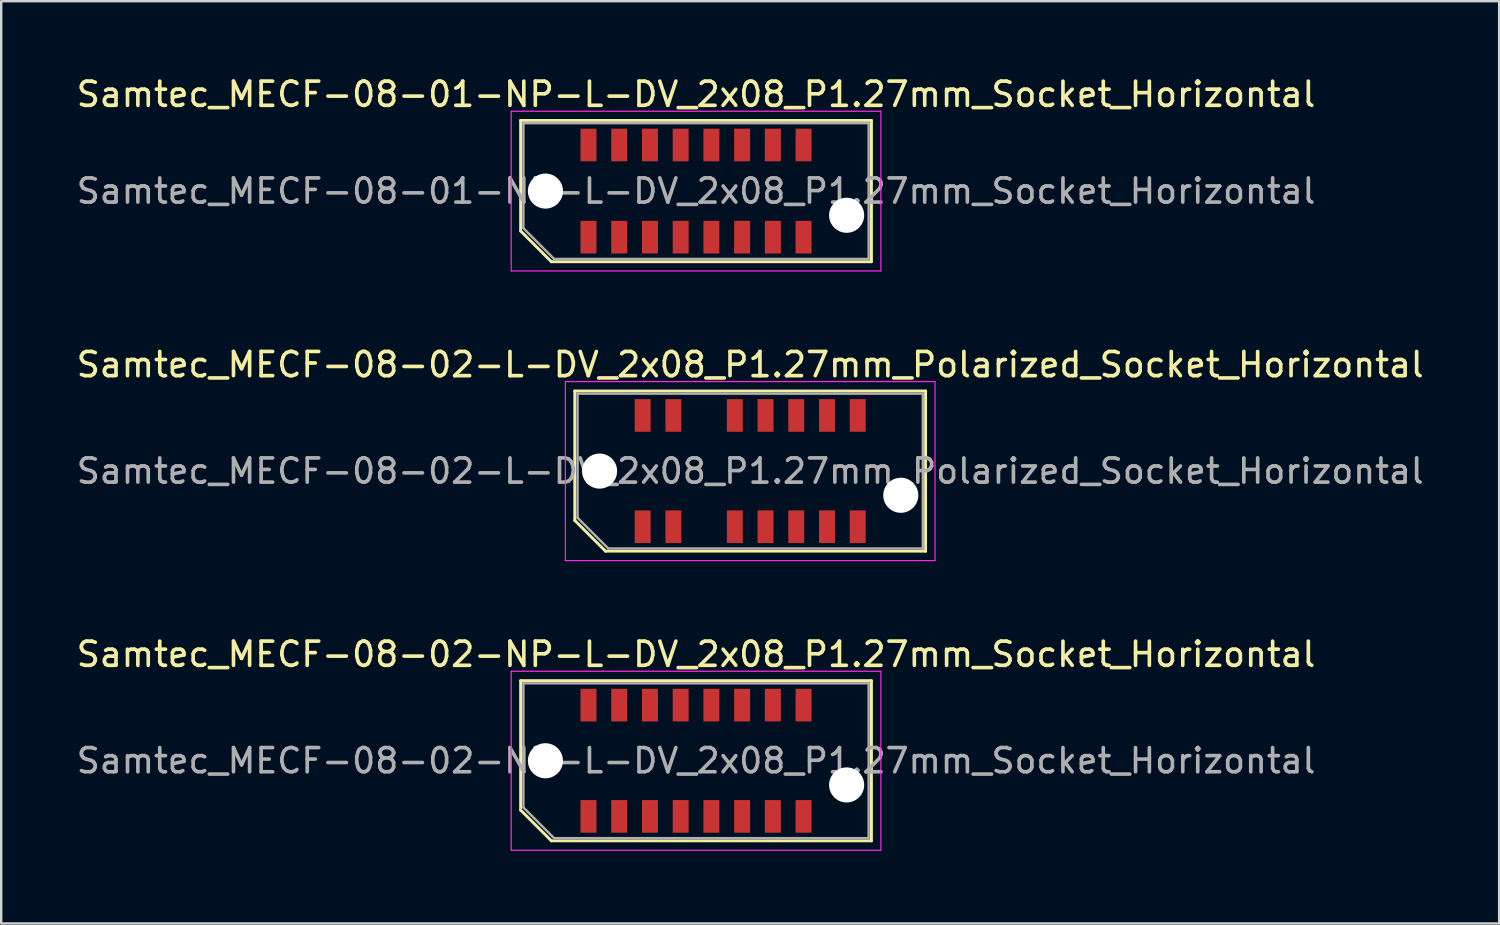
<source format=kicad_pcb>
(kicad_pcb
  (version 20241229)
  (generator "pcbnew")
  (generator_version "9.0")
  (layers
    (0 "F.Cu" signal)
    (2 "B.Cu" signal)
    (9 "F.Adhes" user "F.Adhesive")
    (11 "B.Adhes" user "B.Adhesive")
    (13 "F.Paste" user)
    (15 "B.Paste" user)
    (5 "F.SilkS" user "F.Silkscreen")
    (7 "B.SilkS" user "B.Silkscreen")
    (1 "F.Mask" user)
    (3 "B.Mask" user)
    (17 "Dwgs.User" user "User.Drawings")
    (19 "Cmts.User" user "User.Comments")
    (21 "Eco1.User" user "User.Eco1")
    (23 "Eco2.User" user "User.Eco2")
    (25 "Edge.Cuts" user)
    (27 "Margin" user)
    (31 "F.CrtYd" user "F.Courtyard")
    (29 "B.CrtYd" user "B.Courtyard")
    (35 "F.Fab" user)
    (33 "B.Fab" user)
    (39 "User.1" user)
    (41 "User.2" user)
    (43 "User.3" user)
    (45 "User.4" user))
  (footprint "Samtec_MECF-08-02-L-DV_2x08_P1.27mm_Polarized_Socket_Horizontal"
    (layer "F.Cu")
    (at 27.958 16.422)
    (property "Reference" "Samtec_MECF-08-02-L-DV_2x08_P1.27mm_Polarized_Socket_Horizontal" (at 0 -4.4 0) (layer "F.SilkS") (effects (font (size 1 1) (thickness 0.15))))
    (attr smd)
    (fp_line (start -7.25 -3.31) (end 7.25 -3.31) (stroke (width 0.12) (type solid)) (layer "F.SilkS"))
    (fp_line (start -7.25 2.04) (end -7.25 -3.31) (stroke (width 0.12) (type solid)) (layer "F.SilkS"))
    (fp_line (start -5.98 3.31) (end -7.25 2.04) (stroke (width 0.12) (type solid)) (layer "F.SilkS"))
    (fp_line (start -5.98 3.31) (end 7.25 3.31) (stroke (width 0.12) (type solid)) (layer "F.SilkS"))
    (fp_line (start 7.25 3.31) (end 7.25 -3.31) (stroke (width 0.12) (type solid)) (layer "F.SilkS"))
    (fp_line (start -7.64 -3.7) (end -7.64 3.7) (stroke (width 0.05) (type solid)) (layer "F.CrtYd"))
    (fp_line (start -7.64 3.7) (end 7.64 3.7) (stroke (width 0.05) (type solid)) (layer "F.CrtYd"))
    (fp_line (start 7.64 -3.7) (end -7.64 -3.7) (stroke (width 0.05) (type solid)) (layer "F.CrtYd"))
    (fp_line (start 7.64 3.7) (end 7.64 -3.7) (stroke (width 0.05) (type solid)) (layer "F.CrtYd"))
    (fp_line (start -7.135 -3.2) (end 7.135 -3.2) (stroke (width 0.1) (type solid)) (layer "F.Fab"))
    (fp_line (start -7.135 1.93) (end -7.135 -3.2) (stroke (width 0.1) (type solid)) (layer "F.Fab"))
    (fp_line (start -7.135 1.93) (end -5.865 3.2) (stroke (width 0.1) (type solid)) (layer "F.Fab"))
    (fp_line (start -5.865 3.2) (end 7.135 3.2) (stroke (width 0.1) (type solid)) (layer "F.Fab"))
    (fp_line (start 7.135 3.2) (end 7.135 -3.2) (stroke (width 0.1) (type solid)) (layer "F.Fab"))
    (fp_text user "${REFERENCE}" (at 0 0 0) (layer "F.Fab") (effects (font (size 1 1) (thickness 0.15))))
    (pad "" np_thru_hole circle (at -6.225 0) (size 1.45 1.45) (drill 1.45) (layers "*.Cu" "*.Mask"))
    (pad "" np_thru_hole circle (at 6.225 1) (size 1.45 1.45) (drill 1.45) (layers "*.Cu" "*.Mask"))
    (pad "1" smd rect (at -4.445 2.3) (size 0.66 1.35) (layers "F.Cu" "F.Mask" "F.Paste"))
    (pad "2" smd rect (at -4.445 -2.3) (size 0.66 1.35) (layers "F.Cu" "F.Mask" "F.Paste"))
    (pad "3" smd rect (at -3.175 2.3) (size 0.66 1.35) (layers "F.Cu" "F.Mask" "F.Paste"))
    (pad "4" smd rect (at -3.175 -2.3) (size 0.66 1.35) (layers "F.Cu" "F.Mask" "F.Paste"))
    (pad "7" smd rect (at -0.635 2.3) (size 0.66 1.35) (layers "F.Cu" "F.Mask" "F.Paste"))
    (pad "8" smd rect (at -0.635 -2.3) (size 0.66 1.35) (layers "F.Cu" "F.Mask" "F.Paste"))
    (pad "9" smd rect (at 0.635 2.3) (size 0.66 1.35) (layers "F.Cu" "F.Mask" "F.Paste"))
    (pad "10" smd rect (at 0.635 -2.3) (size 0.66 1.35) (layers "F.Cu" "F.Mask" "F.Paste"))
    (pad "11" smd rect (at 1.905 2.3) (size 0.66 1.35) (layers "F.Cu" "F.Mask" "F.Paste"))
    (pad "12" smd rect (at 1.905 -2.3) (size 0.66 1.35) (layers "F.Cu" "F.Mask" "F.Paste"))
    (pad "13" smd rect (at 3.175 2.3) (size 0.66 1.35) (layers "F.Cu" "F.Mask" "F.Paste"))
    (pad "14" smd rect (at 3.175 -2.3) (size 0.66 1.35) (layers "F.Cu" "F.Mask" "F.Paste"))
    (pad "15" smd rect (at 4.445 2.3) (size 0.66 1.35) (layers "F.Cu" "F.Mask" "F.Paste"))
    (pad "16" smd rect (at 4.445 -2.3) (size 0.66 1.35) (layers "F.Cu" "F.Mask" "F.Paste")))
  (footprint "Samtec_MECF-08-02-NP-L-DV_2x08_P1.27mm_Socket_Horizontal"
    (layer "F.Cu")
    (at 25.72 28.395)
    (property "Reference" "Samtec_MECF-08-02-NP-L-DV_2x08_P1.27mm_Socket_Horizontal" (at 0 -4.4 0) (layer "F.SilkS") (effects (font (size 1 1) (thickness 0.15))))
    (attr smd)
    (fp_line (start -7.25 -3.31) (end 7.25 -3.31) (stroke (width 0.12) (type solid)) (layer "F.SilkS"))
    (fp_line (start -7.25 2.04) (end -7.25 -3.31) (stroke (width 0.12) (type solid)) (layer "F.SilkS"))
    (fp_line (start -5.98 3.31) (end -7.25 2.04) (stroke (width 0.12) (type solid)) (layer "F.SilkS"))
    (fp_line (start -5.98 3.31) (end 7.25 3.31) (stroke (width 0.12) (type solid)) (layer "F.SilkS"))
    (fp_line (start 7.25 3.31) (end 7.25 -3.31) (stroke (width 0.12) (type solid)) (layer "F.SilkS"))
    (fp_line (start -7.64 -3.7) (end -7.64 3.7) (stroke (width 0.05) (type solid)) (layer "F.CrtYd"))
    (fp_line (start -7.64 3.7) (end 7.64 3.7) (stroke (width 0.05) (type solid)) (layer "F.CrtYd"))
    (fp_line (start 7.64 -3.7) (end -7.64 -3.7) (stroke (width 0.05) (type solid)) (layer "F.CrtYd"))
    (fp_line (start 7.64 3.7) (end 7.64 -3.7) (stroke (width 0.05) (type solid)) (layer "F.CrtYd"))
    (fp_line (start -7.135 -3.2) (end 7.135 -3.2) (stroke (width 0.1) (type solid)) (layer "F.Fab"))
    (fp_line (start -7.135 1.93) (end -7.135 -3.2) (stroke (width 0.1) (type solid)) (layer "F.Fab"))
    (fp_line (start -7.135 1.93) (end -5.865 3.2) (stroke (width 0.1) (type solid)) (layer "F.Fab"))
    (fp_line (start -5.865 3.2) (end 7.135 3.2) (stroke (width 0.1) (type solid)) (layer "F.Fab"))
    (fp_line (start 7.135 3.2) (end 7.135 -3.2) (stroke (width 0.1) (type solid)) (layer "F.Fab"))
    (fp_text user "${REFERENCE}" (at 0 0 0) (layer "F.Fab") (effects (font (size 1 1) (thickness 0.15))))
    (pad "" np_thru_hole circle (at -6.225 0) (size 1.45 1.45) (drill 1.45) (layers "*.Cu" "*.Mask"))
    (pad "" np_thru_hole circle (at 6.225 1) (size 1.45 1.45) (drill 1.45) (layers "*.Cu" "*.Mask"))
    (pad "1" smd rect (at -4.445 2.3) (size 0.66 1.35) (layers "F.Cu" "F.Mask" "F.Paste"))
    (pad "2" smd rect (at -4.445 -2.3) (size 0.66 1.35) (layers "F.Cu" "F.Mask" "F.Paste"))
    (pad "3" smd rect (at -3.175 2.3) (size 0.66 1.35) (layers "F.Cu" "F.Mask" "F.Paste"))
    (pad "4" smd rect (at -3.175 -2.3) (size 0.66 1.35) (layers "F.Cu" "F.Mask" "F.Paste"))
    (pad "5" smd rect (at -1.905 2.3) (size 0.66 1.35) (layers "F.Cu" "F.Mask" "F.Paste"))
    (pad "6" smd rect (at -1.905 -2.3) (size 0.66 1.35) (layers "F.Cu" "F.Mask" "F.Paste"))
    (pad "7" smd rect (at -0.635 2.3) (size 0.66 1.35) (layers "F.Cu" "F.Mask" "F.Paste"))
    (pad "8" smd rect (at -0.635 -2.3) (size 0.66 1.35) (layers "F.Cu" "F.Mask" "F.Paste"))
    (pad "9" smd rect (at 0.635 2.3) (size 0.66 1.35) (layers "F.Cu" "F.Mask" "F.Paste"))
    (pad "10" smd rect (at 0.635 -2.3) (size 0.66 1.35) (layers "F.Cu" "F.Mask" "F.Paste"))
    (pad "11" smd rect (at 1.905 2.3) (size 0.66 1.35) (layers "F.Cu" "F.Mask" "F.Paste"))
    (pad "12" smd rect (at 1.905 -2.3) (size 0.66 1.35) (layers "F.Cu" "F.Mask" "F.Paste"))
    (pad "13" smd rect (at 3.175 2.3) (size 0.66 1.35) (layers "F.Cu" "F.Mask" "F.Paste"))
    (pad "14" smd rect (at 3.175 -2.3) (size 0.66 1.35) (layers "F.Cu" "F.Mask" "F.Paste"))
    (pad "15" smd rect (at 4.445 2.3) (size 0.66 1.35) (layers "F.Cu" "F.Mask" "F.Paste"))
    (pad "16" smd rect (at 4.445 -2.3) (size 0.66 1.35) (layers "F.Cu" "F.Mask" "F.Paste")))
  (footprint "Samtec_MECF-08-01-NP-L-DV_2x08_P1.27mm_Socket_Horizontal"
    (layer "F.Cu")
    (at 25.72 4.848)
    (property "Reference" "Samtec_MECF-08-01-NP-L-DV_2x08_P1.27mm_Socket_Horizontal" (at 0 -4 0) (layer "F.SilkS") (effects (font (size 1 1) (thickness 0.15))))
    (attr smd)
    (fp_line (start -7.25 -2.92) (end 7.25 -2.92) (stroke (width 0.12) (type solid)) (layer "F.SilkS"))
    (fp_line (start -7.25 1.65) (end -7.25 -2.92) (stroke (width 0.12) (type solid)) (layer "F.SilkS"))
    (fp_line (start -5.98 2.92) (end -7.25 1.65) (stroke (width 0.12) (type solid)) (layer "F.SilkS"))
    (fp_line (start -5.98 2.92) (end 7.25 2.92) (stroke (width 0.12) (type solid)) (layer "F.SilkS"))
    (fp_line (start 7.25 2.92) (end 7.25 -2.92) (stroke (width 0.12) (type solid)) (layer "F.SilkS"))
    (fp_line (start -7.64 -3.3) (end -7.64 3.3) (stroke (width 0.05) (type solid)) (layer "F.CrtYd"))
    (fp_line (start -7.64 3.3) (end 7.64 3.3) (stroke (width 0.05) (type solid)) (layer "F.CrtYd"))
    (fp_line (start 7.64 -3.3) (end -7.64 -3.3) (stroke (width 0.05) (type solid)) (layer "F.CrtYd"))
    (fp_line (start 7.64 3.3) (end 7.64 -3.3) (stroke (width 0.05) (type solid)) (layer "F.CrtYd"))
    (fp_line (start -7.135 -2.805) (end 7.135 -2.805) (stroke (width 0.1) (type solid)) (layer "F.Fab"))
    (fp_line (start -7.135 1.535) (end -7.135 -2.805) (stroke (width 0.1) (type solid)) (layer "F.Fab"))
    (fp_line (start -7.135 1.535) (end -5.865 2.805) (stroke (width 0.1) (type solid)) (layer "F.Fab"))
    (fp_line (start -5.865 2.805) (end 7.135 2.805) (stroke (width 0.1) (type solid)) (layer "F.Fab"))
    (fp_line (start 7.135 2.805) (end 7.135 -2.805) (stroke (width 0.1) (type solid)) (layer "F.Fab"))
    (fp_text user "${REFERENCE}" (at 0 0 0) (layer "F.Fab") (effects (font (size 1 1) (thickness 0.15))))
    (pad "" np_thru_hole circle (at -6.225 0) (size 1.45 1.45) (drill 1.45) (layers "*.Cu" "*.Mask"))
    (pad "" np_thru_hole circle (at 6.225 1) (size 1.45 1.45) (drill 1.45) (layers "*.Cu" "*.Mask"))
    (pad "1" smd rect (at -4.445 1.905) (size 0.66 1.35) (layers "F.Cu" "F.Mask" "F.Paste"))
    (pad "2" smd rect (at -4.445 -1.905) (size 0.66 1.35) (layers "F.Cu" "F.Mask" "F.Paste"))
    (pad "3" smd rect (at -3.175 1.905) (size 0.66 1.35) (layers "F.Cu" "F.Mask" "F.Paste"))
    (pad "4" smd rect (at -3.175 -1.905) (size 0.66 1.35) (layers "F.Cu" "F.Mask" "F.Paste"))
    (pad "5" smd rect (at -1.905 1.905) (size 0.66 1.35) (layers "F.Cu" "F.Mask" "F.Paste"))
    (pad "6" smd rect (at -1.905 -1.905) (size 0.66 1.35) (layers "F.Cu" "F.Mask" "F.Paste"))
    (pad "7" smd rect (at -0.635 1.905) (size 0.66 1.35) (layers "F.Cu" "F.Mask" "F.Paste"))
    (pad "8" smd rect (at -0.635 -1.905) (size 0.66 1.35) (layers "F.Cu" "F.Mask" "F.Paste"))
    (pad "9" smd rect (at 0.635 1.905) (size 0.66 1.35) (layers "F.Cu" "F.Mask" "F.Paste"))
    (pad "10" smd rect (at 0.635 -1.905) (size 0.66 1.35) (layers "F.Cu" "F.Mask" "F.Paste"))
    (pad "11" smd rect (at 1.905 1.905) (size 0.66 1.35) (layers "F.Cu" "F.Mask" "F.Paste"))
    (pad "12" smd rect (at 1.905 -1.905) (size 0.66 1.35) (layers "F.Cu" "F.Mask" "F.Paste"))
    (pad "13" smd rect (at 3.175 1.905) (size 0.66 1.35) (layers "F.Cu" "F.Mask" "F.Paste"))
    (pad "14" smd rect (at 3.175 -1.905) (size 0.66 1.35) (layers "F.Cu" "F.Mask" "F.Paste"))
    (pad "15" smd rect (at 4.445 1.905) (size 0.66 1.35) (layers "F.Cu" "F.Mask" "F.Paste"))
    (pad "16" smd rect (at 4.445 -1.905) (size 0.66 1.35) (layers "F.Cu" "F.Mask" "F.Paste")))
  (gr_rect
    (start -3 -3)
    (end 58.917 35.12)
    (stroke (width 0.1) (type default))
    (fill no)
    (layer "Edge.Cuts")))
</source>
